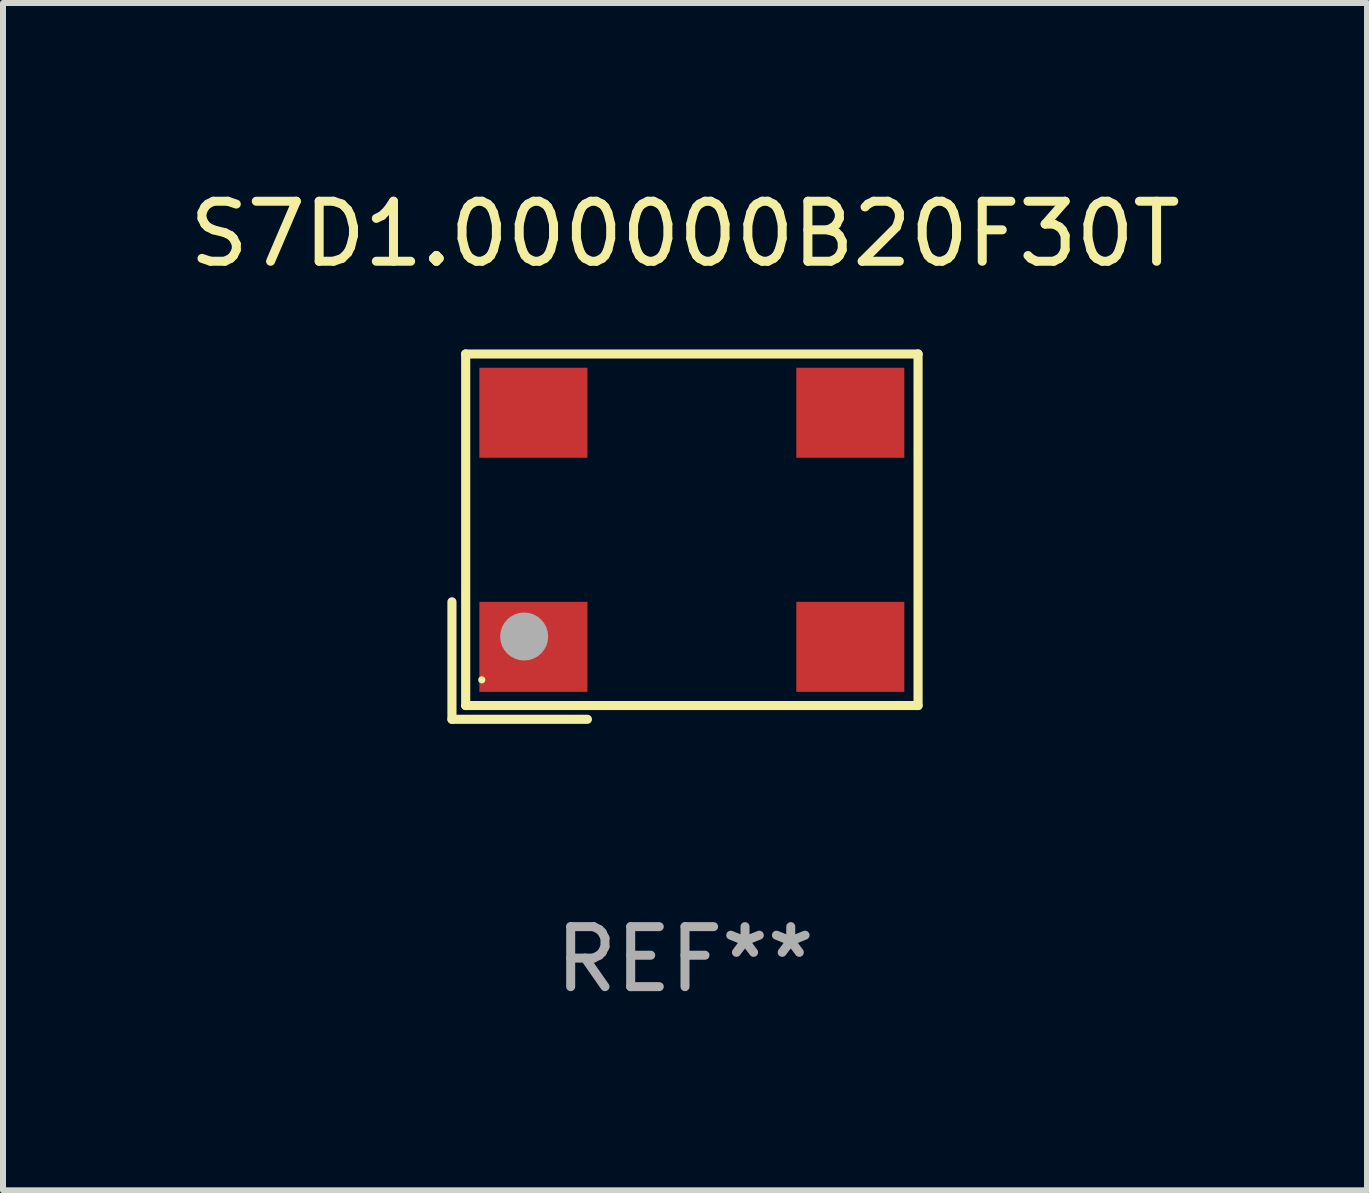
<source format=kicad_pcb>
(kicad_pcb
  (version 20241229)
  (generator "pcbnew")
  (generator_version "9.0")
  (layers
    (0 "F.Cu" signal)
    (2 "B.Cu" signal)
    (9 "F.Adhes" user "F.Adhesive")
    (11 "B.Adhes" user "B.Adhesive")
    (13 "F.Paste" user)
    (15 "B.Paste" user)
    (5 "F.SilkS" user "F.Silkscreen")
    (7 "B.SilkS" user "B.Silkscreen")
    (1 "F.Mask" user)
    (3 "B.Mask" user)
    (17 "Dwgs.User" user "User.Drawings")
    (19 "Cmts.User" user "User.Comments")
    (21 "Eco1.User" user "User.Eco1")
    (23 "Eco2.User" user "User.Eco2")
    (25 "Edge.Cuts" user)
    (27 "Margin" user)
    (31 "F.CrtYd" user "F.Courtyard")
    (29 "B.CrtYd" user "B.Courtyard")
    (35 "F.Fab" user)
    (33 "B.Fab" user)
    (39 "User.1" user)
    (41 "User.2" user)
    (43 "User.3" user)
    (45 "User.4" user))
  (footprint "S7D1.000000B20F30T"
    (layer "F.Cu")
    (at 8.363 5.891)
    (property "Reference" "S7D1.000000B20F30T" (at 0 -5.043 0) (layer "F.SilkS") (effects (font (size 1 1) (thickness 0.15))))
    (attr through_hole)
    (fp_line (start -3.883 1.086) (end -3.883 3.043) (stroke (width 0.152) (type solid)) (layer "F.SilkS"))
    (fp_line (start -3.883 3.043) (end -1.626 3.043) (stroke (width 0.152) (type solid)) (layer "F.SilkS"))
    (fp_line (start -3.654 -3.043) (end 3.883 -3.043) (stroke (width 0.152) (type solid)) (layer "F.SilkS"))
    (fp_line (start -3.654 2.814) (end -3.654 -3.043) (stroke (width 0.152) (type solid)) (layer "F.SilkS"))
    (fp_line (start 3.883 -3.043) (end 3.883 2.814) (stroke (width 0.152) (type solid)) (layer "F.SilkS"))
    (fp_line (start 3.883 2.814) (end -3.654 2.814) (stroke (width 0.152) (type solid)) (layer "F.SilkS"))
    (fp_circle (center -3.386 2.386) (end -3.356 2.386) (stroke (width 0.06) (type solid)) (fill no) (layer "F.SilkS"))
    (fp_circle (center -2.68 1.664) (end -2.48 1.664) (stroke (width 0.4) (type solid)) (fill no) (layer "F.Fab"))
    (fp_text user "REF**" (at 0 7.043 0) (layer "F.Fab") (effects (font (size 1 1) (thickness 0.15))))
    (pad "1" smd rect (at -2.526 1.836) (size 1.8 1.5) (layers "F.Cu" "F.Mask" "F.Paste"))
    (pad "2" smd rect (at 2.754 1.836) (size 1.8 1.5) (layers "F.Cu" "F.Mask" "F.Paste"))
    (pad "3" smd rect (at 2.754 -2.064) (size 1.8 1.5) (layers "F.Cu" "F.Mask" "F.Paste"))
    (pad "4" smd rect (at -2.526 -2.064) (size 1.8 1.5) (layers "F.Cu" "F.Mask" "F.Paste")))
  (gr_rect
    (start -3 -3)
    (end 19.726 16.782)
    (stroke (width 0.1) (type default))
    (fill no)
    (layer "Edge.Cuts")))
</source>
